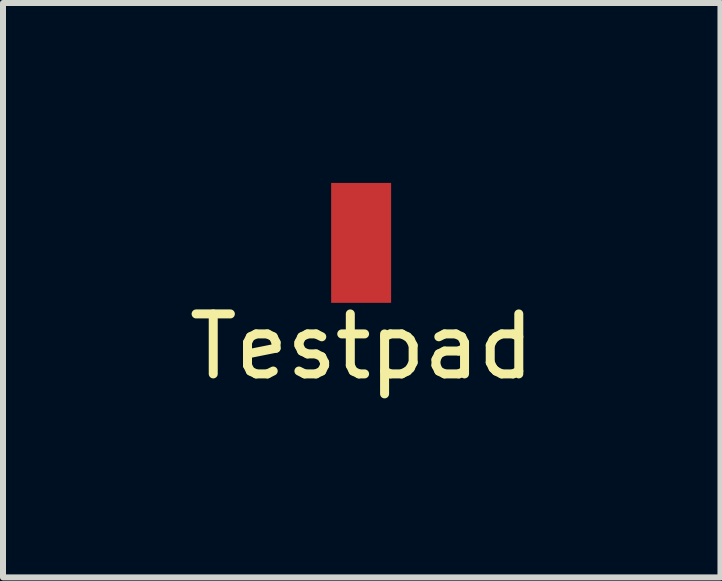
<source format=kicad_pcb>
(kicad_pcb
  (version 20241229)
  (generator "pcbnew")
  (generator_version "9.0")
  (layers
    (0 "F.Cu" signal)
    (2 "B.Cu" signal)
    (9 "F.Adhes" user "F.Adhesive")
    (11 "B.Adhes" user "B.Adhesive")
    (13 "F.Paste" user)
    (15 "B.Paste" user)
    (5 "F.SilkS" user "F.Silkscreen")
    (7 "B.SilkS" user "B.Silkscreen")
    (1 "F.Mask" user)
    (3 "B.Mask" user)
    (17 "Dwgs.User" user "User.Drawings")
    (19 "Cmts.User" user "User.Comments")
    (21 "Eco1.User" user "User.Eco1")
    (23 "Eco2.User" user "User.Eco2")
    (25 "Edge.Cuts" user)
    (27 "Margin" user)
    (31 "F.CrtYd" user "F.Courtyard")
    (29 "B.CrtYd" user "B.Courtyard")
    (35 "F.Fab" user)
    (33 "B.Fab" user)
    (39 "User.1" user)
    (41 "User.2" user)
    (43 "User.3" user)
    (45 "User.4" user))
  (footprint "Testpad"
    (layer "F.Cu")
    (at 2.972 1)
    (property "Reference" "Testpad" (at 0.01 1.73 0) (layer "F.SilkS") (effects (font (size 1 1) (thickness 0.15))))
    (attr through_hole)
    (pad "1" smd rect (at 0 0) (size 1 2) (layers "F.Cu" "F.Mask" "F.Paste")))
  (gr_rect
    (start -3 -3)
    (end 8.964 6.578)
    (stroke (width 0.1) (type default))
    (fill no)
    (layer "Edge.Cuts")))
</source>
